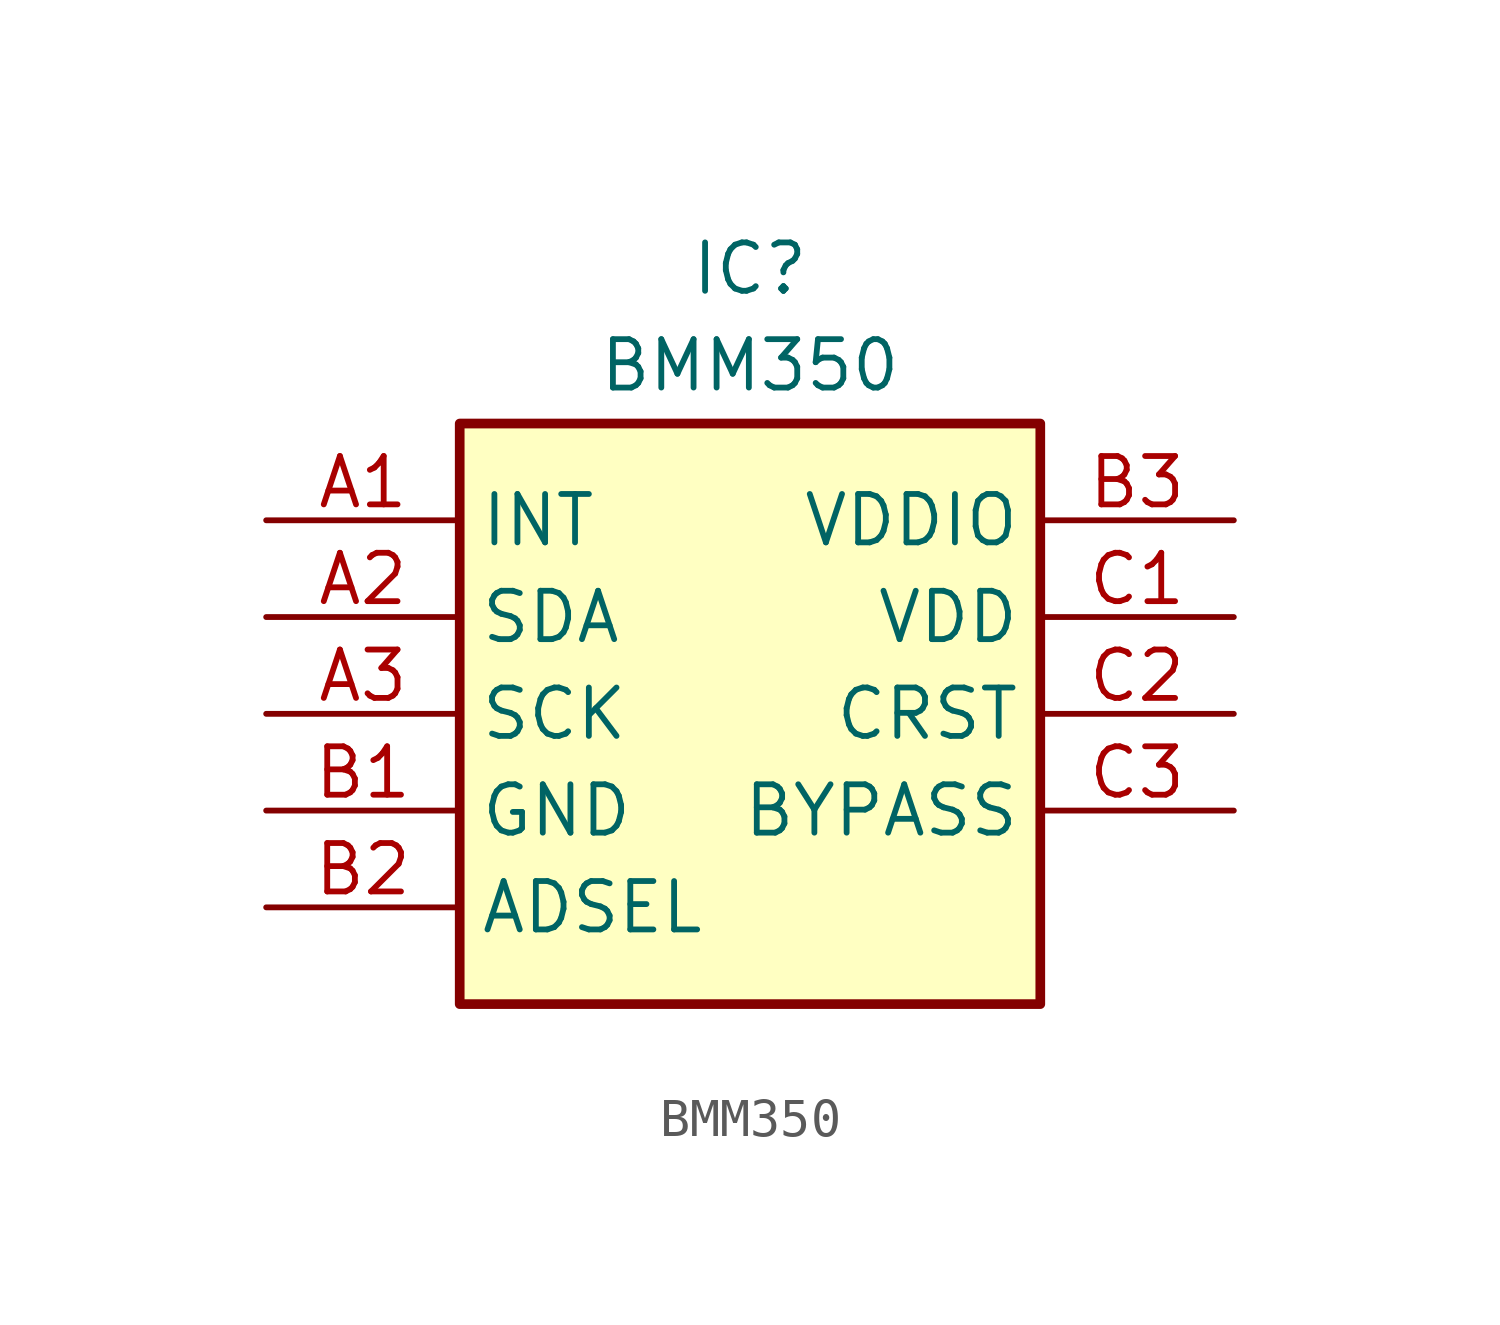
<source format=kicad_sym>
(kicad_symbol_lib
  (version 20241209)
  (generator "kicad_symbol_editor")
  (generator_version "9.0")
  (symbol "BMM350"
    (property "Reference" "IC"
      (at 0 11.684 0)
      (effects (font (size 1.27 1.27))))
    (property "Value" "BMM350"
      (at 0 9.144 0)
      (effects (font (size 1.27 1.27))))
    (symbol "BMM350_1_1"
      (rectangle (start -7.62 7.62) (end 7.62 -7.62) (stroke (width 0.254) (type default)) (fill (type background)))
      (pin passive line (at -12.7 5.08 0) (length 5.08) (name "INT" (effects (font (size 1.27 1.27)))) (number "A1" (effects (font (size 1.27 1.27)))))
      (pin passive line (at -12.7 2.54 0) (length 5.08) (name "SDA" (effects (font (size 1.27 1.27)))) (number "A2" (effects (font (size 1.27 1.27)))))
      (pin passive line (at -12.7 0 0) (length 5.08) (name "SCK" (effects (font (size 1.27 1.27)))) (number "A3" (effects (font (size 1.27 1.27)))))
      (pin passive line (at -12.7 -2.54 0) (length 5.08) (name "GND" (effects (font (size 1.27 1.27)))) (number "B1" (effects (font (size 1.27 1.27)))))
      (pin passive line (at -12.7 -5.08 0) (length 5.08) (name "ADSEL" (effects (font (size 1.27 1.27)))) (number "B2" (effects (font (size 1.27 1.27)))))
      (pin passive line (at 12.7 5.08 180) (length 5.08) (name "VDDIO" (effects (font (size 1.27 1.27)))) (number "B3" (effects (font (size 1.27 1.27)))))
      (pin passive line (at 12.7 2.54 180) (length 5.08) (name "VDD" (effects (font (size 1.27 1.27)))) (number "C1" (effects (font (size 1.27 1.27)))))
      (pin passive line (at 12.7 0 180) (length 5.08) (name "CRST" (effects (font (size 1.27 1.27)))) (number "C2" (effects (font (size 1.27 1.27)))))
      (pin passive line (at 12.7 -2.54 180) (length 5.08) (name "BYPASS" (effects (font (size 1.27 1.27)))) (number "C3" (effects (font (size 1.27 1.27))))))))
</source>
